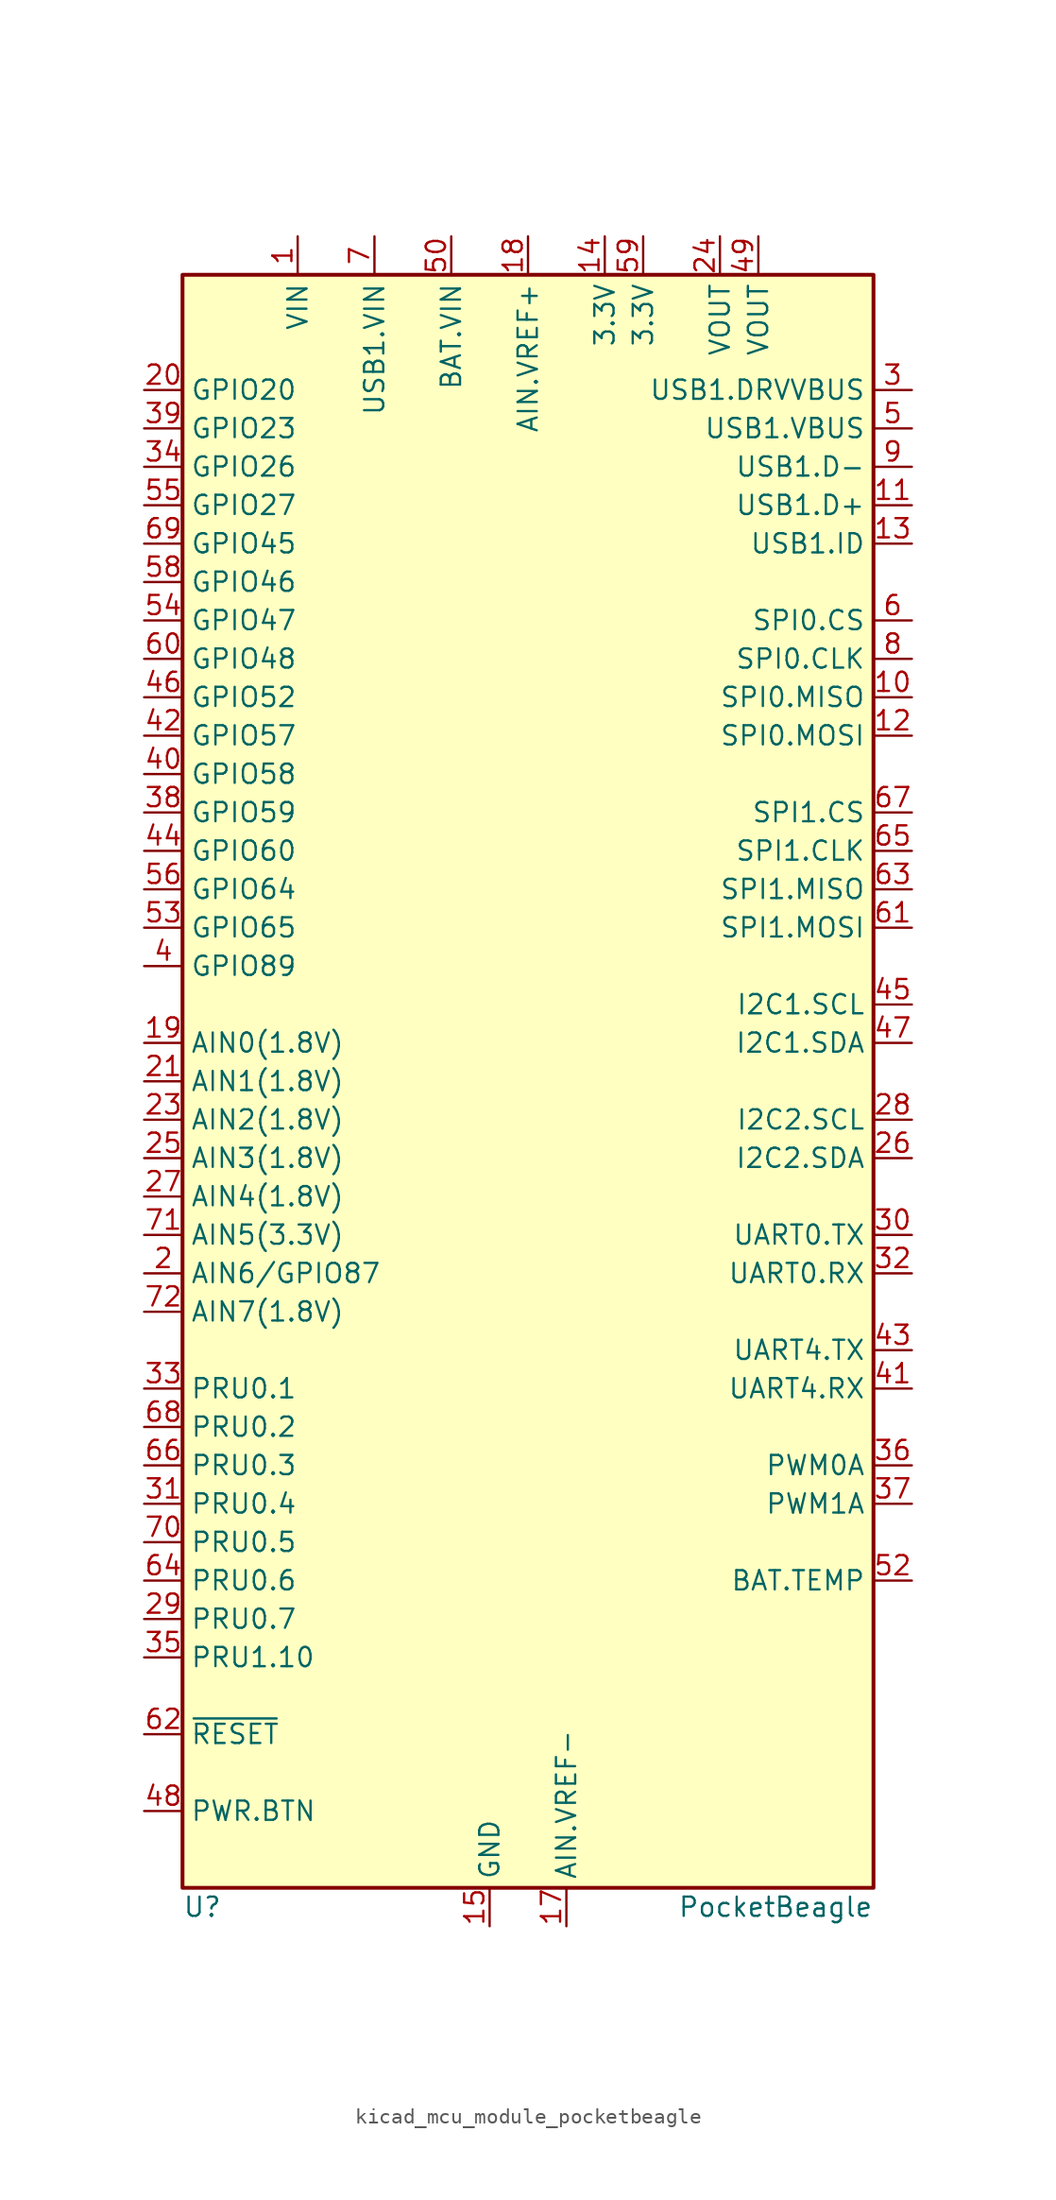
<source format=kicad_sym>
(kicad_symbol_lib
  (version 20220914)
  (generator kicad_symbol_editor)
  (symbol "kicad_mcu_module_pocketbeagle"
    (property "Reference" "U"
      (at -22.86 -54.61 0)
      (effects (font (size 1.27 1.27)) (justify left)))
    (property "Value" "PocketBeagle"
      (at 22.86 -54.61 0)
      (effects (font (size 1.27 1.27)) (justify right)))
    (symbol "kicad_mcu_module_pocketbeagle_0_1"
      (rectangle (start -22.86 53.34) (end 22.86 -53.34) (stroke (width 0.254) (type default)) (fill (type background))))
    (symbol "kicad_mcu_module_pocketbeagle_1_1"
      (pin power_in line (at -15.24 55.88 270) (length 2.54) (name "VIN" (effects (font (size 1.27 1.27)))) (number "1" (effects (font (size 1.27 1.27)))))
      (pin bidirectional line (at 25.4 25.4 180) (length 2.54) (name "SPI0.MISO" (effects (font (size 1.27 1.27)))) (number "10" (effects (font (size 1.27 1.27)))))
      (pin bidirectional line (at 25.4 38.1 180) (length 2.54) (name "USB1.D+" (effects (font (size 1.27 1.27)))) (number "11" (effects (font (size 1.27 1.27)))))
      (pin bidirectional line (at 25.4 22.86 180) (length 2.54) (name "SPI0.MOSI" (effects (font (size 1.27 1.27)))) (number "12" (effects (font (size 1.27 1.27)))))
      (pin input line (at 25.4 35.56 180) (length 2.54) (name "USB1.ID" (effects (font (size 1.27 1.27)))) (number "13" (effects (font (size 1.27 1.27)))))
      (pin power_out line (at 5.08 55.88 270) (length 2.54) (name "3.3V" (effects (font (size 1.27 1.27)))) (number "14" (effects (font (size 1.27 1.27)))))
      (pin power_in line (at -2.54 -55.88 90) (length 2.54) (name "GND" (effects (font (size 1.27 1.27)))) (number "15" (effects (font (size 1.27 1.27)))))
      (pin passive line (at -2.54 -55.88 90) (length 2.54) hide (name "GND" (effects (font (size 1.27 1.27)))) (number "16" (effects (font (size 1.27 1.27)))))
      (pin power_in line (at 2.54 -55.88 90) (length 2.54) (name "AIN.VREF-" (effects (font (size 1.27 1.27)))) (number "17" (effects (font (size 1.27 1.27)))))
      (pin power_in line (at 0 55.88 270) (length 2.54) (name "AIN.VREF+" (effects (font (size 1.27 1.27)))) (number "18" (effects (font (size 1.27 1.27)))))
      (pin input line (at -25.4 2.54 0) (length 2.54) (name "AIN0(1.8V)" (effects (font (size 1.27 1.27)))) (number "19" (effects (font (size 1.27 1.27)))))
      (pin bidirectional line (at -25.4 -12.7 0) (length 2.54) (name "AIN6/GPIO87" (effects (font (size 1.27 1.27)))) (number "2" (effects (font (size 1.27 1.27)))))
      (pin bidirectional line (at -25.4 45.72 0) (length 2.54) (name "GPIO20" (effects (font (size 1.27 1.27)))) (number "20" (effects (font (size 1.27 1.27)))))
      (pin input line (at -25.4 0 0) (length 2.54) (name "AIN1(1.8V)" (effects (font (size 1.27 1.27)))) (number "21" (effects (font (size 1.27 1.27)))))
      (pin passive line (at -2.54 -55.88 90) (length 2.54) hide (name "GND" (effects (font (size 1.27 1.27)))) (number "22" (effects (font (size 1.27 1.27)))))
      (pin input line (at -25.4 -2.54 0) (length 2.54) (name "AIN2(1.8V)" (effects (font (size 1.27 1.27)))) (number "23" (effects (font (size 1.27 1.27)))))
      (pin power_out line (at 12.7 55.88 270) (length 2.54) (name "VOUT" (effects (font (size 1.27 1.27)))) (number "24" (effects (font (size 1.27 1.27)))))
      (pin input line (at -25.4 -5.08 0) (length 2.54) (name "AIN3(1.8V)" (effects (font (size 1.27 1.27)))) (number "25" (effects (font (size 1.27 1.27)))))
      (pin bidirectional line (at 25.4 -5.08 180) (length 2.54) (name "I2C2.SDA" (effects (font (size 1.27 1.27)))) (number "26" (effects (font (size 1.27 1.27)))))
      (pin input line (at -25.4 -7.62 0) (length 2.54) (name "AIN4(1.8V)" (effects (font (size 1.27 1.27)))) (number "27" (effects (font (size 1.27 1.27)))))
      (pin bidirectional line (at 25.4 -2.54 180) (length 2.54) (name "I2C2.SCL" (effects (font (size 1.27 1.27)))) (number "28" (effects (font (size 1.27 1.27)))))
      (pin bidirectional line (at -25.4 -35.56 0) (length 2.54) (name "PRU0.7" (effects (font (size 1.27 1.27)))) (number "29" (effects (font (size 1.27 1.27)))))
      (pin output line (at 25.4 45.72 180) (length 2.54) (name "USB1.DRVVBUS" (effects (font (size 1.27 1.27)))) (number "3" (effects (font (size 1.27 1.27)))))
      (pin bidirectional line (at 25.4 -10.16 180) (length 2.54) (name "UART0.TX" (effects (font (size 1.27 1.27)))) (number "30" (effects (font (size 1.27 1.27)))))
      (pin bidirectional line (at -25.4 -27.94 0) (length 2.54) (name "PRU0.4" (effects (font (size 1.27 1.27)))) (number "31" (effects (font (size 1.27 1.27)))))
      (pin bidirectional line (at 25.4 -12.7 180) (length 2.54) (name "UART0.RX" (effects (font (size 1.27 1.27)))) (number "32" (effects (font (size 1.27 1.27)))))
      (pin bidirectional line (at -25.4 -20.32 0) (length 2.54) (name "PRU0.1" (effects (font (size 1.27 1.27)))) (number "33" (effects (font (size 1.27 1.27)))))
      (pin bidirectional line (at -25.4 40.64 0) (length 2.54) (name "GPIO26" (effects (font (size 1.27 1.27)))) (number "34" (effects (font (size 1.27 1.27)))))
      (pin bidirectional line (at -25.4 -38.1 0) (length 2.54) (name "PRU1.10" (effects (font (size 1.27 1.27)))) (number "35" (effects (font (size 1.27 1.27)))))
      (pin bidirectional line (at 25.4 -25.4 180) (length 2.54) (name "PWM0A" (effects (font (size 1.27 1.27)))) (number "36" (effects (font (size 1.27 1.27)))))
      (pin bidirectional line (at 25.4 -27.94 180) (length 2.54) (name "PWM1A" (effects (font (size 1.27 1.27)))) (number "37" (effects (font (size 1.27 1.27)))))
      (pin bidirectional line (at -25.4 17.78 0) (length 2.54) (name "GPIO59" (effects (font (size 1.27 1.27)))) (number "38" (effects (font (size 1.27 1.27)))))
      (pin bidirectional line (at -25.4 43.18 0) (length 2.54) (name "GPIO23" (effects (font (size 1.27 1.27)))) (number "39" (effects (font (size 1.27 1.27)))))
      (pin bidirectional line (at -25.4 7.62 0) (length 2.54) (name "GPIO89" (effects (font (size 1.27 1.27)))) (number "4" (effects (font (size 1.27 1.27)))))
      (pin bidirectional line (at -25.4 20.32 0) (length 2.54) (name "GPIO58" (effects (font (size 1.27 1.27)))) (number "40" (effects (font (size 1.27 1.27)))))
      (pin bidirectional line (at 25.4 -20.32 180) (length 2.54) (name "UART4.RX" (effects (font (size 1.27 1.27)))) (number "41" (effects (font (size 1.27 1.27)))))
      (pin bidirectional line (at -25.4 22.86 0) (length 2.54) (name "GPIO57" (effects (font (size 1.27 1.27)))) (number "42" (effects (font (size 1.27 1.27)))))
      (pin bidirectional line (at 25.4 -17.78 180) (length 2.54) (name "UART4.TX" (effects (font (size 1.27 1.27)))) (number "43" (effects (font (size 1.27 1.27)))))
      (pin bidirectional line (at -25.4 15.24 0) (length 2.54) (name "GPIO60" (effects (font (size 1.27 1.27)))) (number "44" (effects (font (size 1.27 1.27)))))
      (pin bidirectional line (at 25.4 5.08 180) (length 2.54) (name "I2C1.SCL" (effects (font (size 1.27 1.27)))) (number "45" (effects (font (size 1.27 1.27)))))
      (pin bidirectional line (at -25.4 25.4 0) (length 2.54) (name "GPIO52" (effects (font (size 1.27 1.27)))) (number "46" (effects (font (size 1.27 1.27)))))
      (pin bidirectional line (at 25.4 2.54 180) (length 2.54) (name "I2C1.SDA" (effects (font (size 1.27 1.27)))) (number "47" (effects (font (size 1.27 1.27)))))
      (pin input line (at -25.4 -48.26 0) (length 2.54) (name "PWR.BTN" (effects (font (size 1.27 1.27)))) (number "48" (effects (font (size 1.27 1.27)))))
      (pin power_out line (at 15.24 55.88 270) (length 2.54) (name "VOUT" (effects (font (size 1.27 1.27)))) (number "49" (effects (font (size 1.27 1.27)))))
      (pin input line (at 25.4 43.18 180) (length 2.54) (name "USB1.VBUS" (effects (font (size 1.27 1.27)))) (number "5" (effects (font (size 1.27 1.27)))))
      (pin power_in line (at -5.08 55.88 270) (length 2.54) (name "BAT.VIN" (effects (font (size 1.27 1.27)))) (number "50" (effects (font (size 1.27 1.27)))))
      (pin passive line (at -2.54 -55.88 90) (length 2.54) hide (name "GND" (effects (font (size 1.27 1.27)))) (number "51" (effects (font (size 1.27 1.27)))))
      (pin passive line (at 25.4 -33.02 180) (length 2.54) (name "BAT.TEMP" (effects (font (size 1.27 1.27)))) (number "52" (effects (font (size 1.27 1.27)))))
      (pin bidirectional line (at -25.4 10.16 0) (length 2.54) (name "GPIO65" (effects (font (size 1.27 1.27)))) (number "53" (effects (font (size 1.27 1.27)))))
      (pin bidirectional line (at -25.4 30.48 0) (length 2.54) (name "GPIO47" (effects (font (size 1.27 1.27)))) (number "54" (effects (font (size 1.27 1.27)))))
      (pin bidirectional line (at -25.4 38.1 0) (length 2.54) (name "GPIO27" (effects (font (size 1.27 1.27)))) (number "55" (effects (font (size 1.27 1.27)))))
      (pin bidirectional line (at -25.4 12.7 0) (length 2.54) (name "GPIO64" (effects (font (size 1.27 1.27)))) (number "56" (effects (font (size 1.27 1.27)))))
      (pin passive line (at -2.54 -55.88 90) (length 2.54) hide (name "GND" (effects (font (size 1.27 1.27)))) (number "57" (effects (font (size 1.27 1.27)))))
      (pin bidirectional line (at -25.4 33.02 0) (length 2.54) (name "GPIO46" (effects (font (size 1.27 1.27)))) (number "58" (effects (font (size 1.27 1.27)))))
      (pin power_out line (at 7.62 55.88 270) (length 2.54) (name "3.3V" (effects (font (size 1.27 1.27)))) (number "59" (effects (font (size 1.27 1.27)))))
      (pin bidirectional line (at 25.4 30.48 180) (length 2.54) (name "SPI0.CS" (effects (font (size 1.27 1.27)))) (number "6" (effects (font (size 1.27 1.27)))))
      (pin bidirectional line (at -25.4 27.94 0) (length 2.54) (name "GPIO48" (effects (font (size 1.27 1.27)))) (number "60" (effects (font (size 1.27 1.27)))))
      (pin bidirectional line (at 25.4 10.16 180) (length 2.54) (name "SPI1.MOSI" (effects (font (size 1.27 1.27)))) (number "61" (effects (font (size 1.27 1.27)))))
      (pin input line (at -25.4 -43.18 0) (length 2.54) (name "~{RESET}" (effects (font (size 1.27 1.27)))) (number "62" (effects (font (size 1.27 1.27)))))
      (pin bidirectional line (at 25.4 12.7 180) (length 2.54) (name "SPI1.MISO" (effects (font (size 1.27 1.27)))) (number "63" (effects (font (size 1.27 1.27)))))
      (pin bidirectional line (at -25.4 -33.02 0) (length 2.54) (name "PRU0.6" (effects (font (size 1.27 1.27)))) (number "64" (effects (font (size 1.27 1.27)))))
      (pin bidirectional line (at 25.4 15.24 180) (length 2.54) (name "SPI1.CLK" (effects (font (size 1.27 1.27)))) (number "65" (effects (font (size 1.27 1.27)))))
      (pin bidirectional line (at -25.4 -25.4 0) (length 2.54) (name "PRU0.3" (effects (font (size 1.27 1.27)))) (number "66" (effects (font (size 1.27 1.27)))))
      (pin bidirectional line (at 25.4 17.78 180) (length 2.54) (name "SPI1.CS" (effects (font (size 1.27 1.27)))) (number "67" (effects (font (size 1.27 1.27)))))
      (pin bidirectional line (at -25.4 -22.86 0) (length 2.54) (name "PRU0.2" (effects (font (size 1.27 1.27)))) (number "68" (effects (font (size 1.27 1.27)))))
      (pin bidirectional line (at -25.4 35.56 0) (length 2.54) (name "GPIO45" (effects (font (size 1.27 1.27)))) (number "69" (effects (font (size 1.27 1.27)))))
      (pin power_in line (at -10.16 55.88 270) (length 2.54) (name "USB1.VIN" (effects (font (size 1.27 1.27)))) (number "7" (effects (font (size 1.27 1.27)))))
      (pin bidirectional line (at -25.4 -30.48 0) (length 2.54) (name "PRU0.5" (effects (font (size 1.27 1.27)))) (number "70" (effects (font (size 1.27 1.27)))))
      (pin input line (at -25.4 -10.16 0) (length 2.54) (name "AIN5(3.3V)" (effects (font (size 1.27 1.27)))) (number "71" (effects (font (size 1.27 1.27)))))
      (pin input line (at -25.4 -15.24 0) (length 2.54) (name "AIN7(1.8V)" (effects (font (size 1.27 1.27)))) (number "72" (effects (font (size 1.27 1.27)))))
      (pin bidirectional line (at 25.4 27.94 180) (length 2.54) (name "SPI0.CLK" (effects (font (size 1.27 1.27)))) (number "8" (effects (font (size 1.27 1.27)))))
      (pin bidirectional line (at 25.4 40.64 180) (length 2.54) (name "USB1.D-" (effects (font (size 1.27 1.27)))) (number "9" (effects (font (size 1.27 1.27))))))))
</source>
